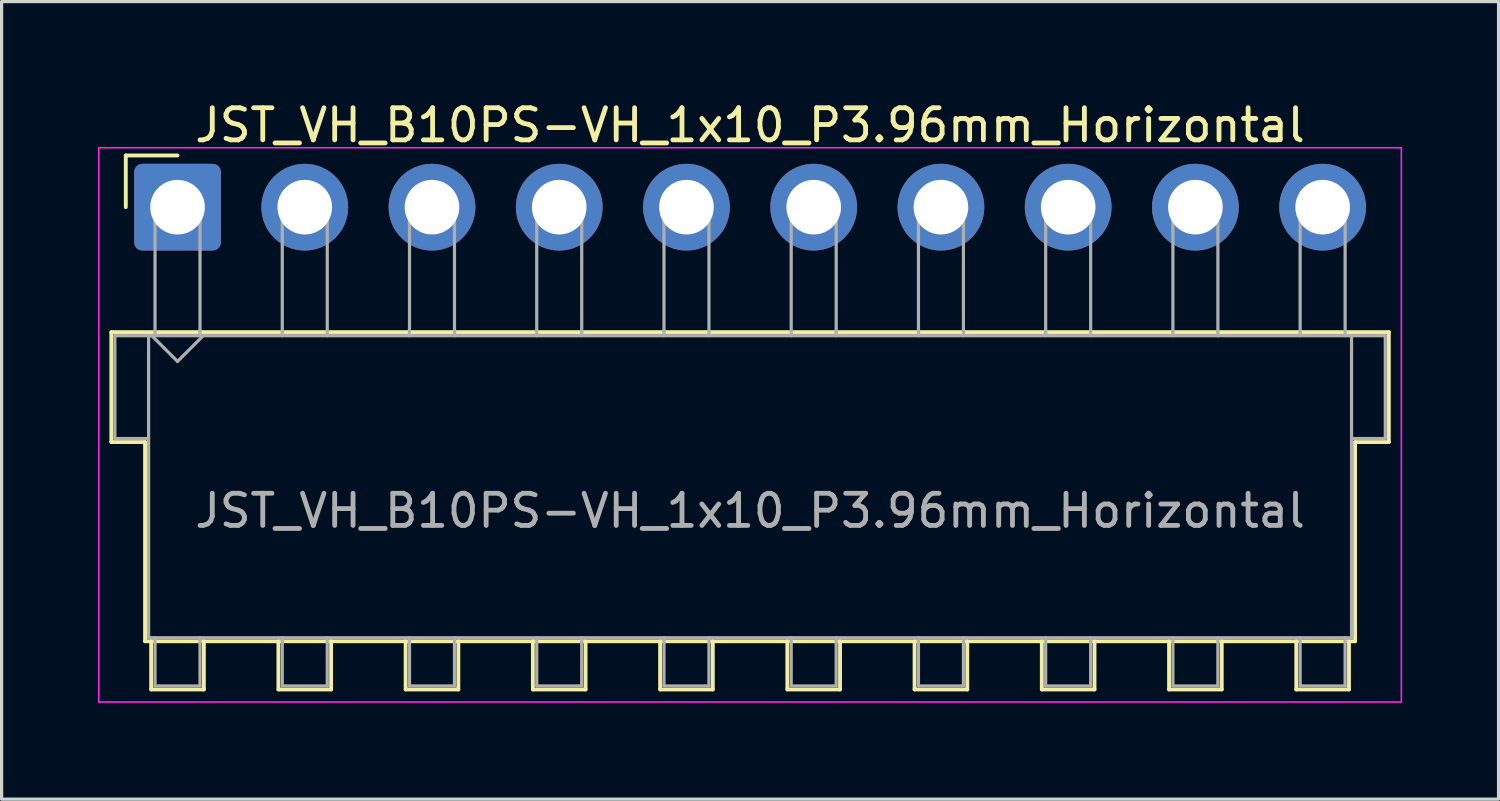
<source format=kicad_pcb>
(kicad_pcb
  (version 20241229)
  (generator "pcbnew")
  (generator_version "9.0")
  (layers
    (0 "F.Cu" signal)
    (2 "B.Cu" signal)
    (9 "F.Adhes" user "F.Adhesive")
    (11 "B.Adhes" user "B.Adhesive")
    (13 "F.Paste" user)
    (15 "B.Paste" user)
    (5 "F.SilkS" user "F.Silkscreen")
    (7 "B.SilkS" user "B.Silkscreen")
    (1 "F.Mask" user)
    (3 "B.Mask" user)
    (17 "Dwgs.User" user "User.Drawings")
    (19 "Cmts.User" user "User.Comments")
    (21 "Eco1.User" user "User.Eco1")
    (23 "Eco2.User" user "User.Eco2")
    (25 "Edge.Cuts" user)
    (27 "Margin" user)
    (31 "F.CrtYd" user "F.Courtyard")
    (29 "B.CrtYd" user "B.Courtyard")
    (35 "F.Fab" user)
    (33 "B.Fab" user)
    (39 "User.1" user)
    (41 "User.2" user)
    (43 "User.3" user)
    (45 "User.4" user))
  (footprint "JST_VH_B10PS-VH_1x10_P3.96mm_Horizontal"
    (layer "F.Cu")
    (at 2.475 3.398)
    (property "Reference" "JST_VH_B10PS-VH_1x10_P3.96mm_Horizontal" (at 17.82 -2.55 0) (layer "F.SilkS") (effects (font (size 1 1) (thickness 0.15))))
    (attr through_hole)
    (fp_line (start -2.06 3.89) (end 37.7 3.89) (stroke (width 0.12) (type solid)) (layer "F.SilkS"))
    (fp_line (start -2.06 7.31) (end -2.06 3.89) (stroke (width 0.12) (type solid)) (layer "F.SilkS"))
    (fp_line (start -1.61 -1.61) (end -1.61 0) (stroke (width 0.12) (type solid)) (layer "F.SilkS"))
    (fp_line (start -1.01 7.31) (end -2.06 7.31) (stroke (width 0.12) (type solid)) (layer "F.SilkS"))
    (fp_line (start -1.01 13.51) (end -1.01 7.31) (stroke (width 0.12) (type solid)) (layer "F.SilkS"))
    (fp_line (start -0.82 13.51) (end -0.82 15.01) (stroke (width 0.12) (type solid)) (layer "F.SilkS"))
    (fp_line (start -0.82 15.01) (end 0.82 15.01) (stroke (width 0.12) (type solid)) (layer "F.SilkS"))
    (fp_line (start 0 -1.61) (end -1.61 -1.61) (stroke (width 0.12) (type solid)) (layer "F.SilkS"))
    (fp_line (start 0.82 15.01) (end 0.82 13.51) (stroke (width 0.12) (type solid)) (layer "F.SilkS"))
    (fp_line (start 3.14 13.51) (end 3.14 15.01) (stroke (width 0.12) (type solid)) (layer "F.SilkS"))
    (fp_line (start 3.14 15.01) (end 4.78 15.01) (stroke (width 0.12) (type solid)) (layer "F.SilkS"))
    (fp_line (start 4.78 15.01) (end 4.78 13.51) (stroke (width 0.12) (type solid)) (layer "F.SilkS"))
    (fp_line (start 7.1 13.51) (end 7.1 15.01) (stroke (width 0.12) (type solid)) (layer "F.SilkS"))
    (fp_line (start 7.1 15.01) (end 8.74 15.01) (stroke (width 0.12) (type solid)) (layer "F.SilkS"))
    (fp_line (start 8.74 15.01) (end 8.74 13.51) (stroke (width 0.12) (type solid)) (layer "F.SilkS"))
    (fp_line (start 11.06 13.51) (end 11.06 15.01) (stroke (width 0.12) (type solid)) (layer "F.SilkS"))
    (fp_line (start 11.06 15.01) (end 12.7 15.01) (stroke (width 0.12) (type solid)) (layer "F.SilkS"))
    (fp_line (start 12.7 15.01) (end 12.7 13.51) (stroke (width 0.12) (type solid)) (layer "F.SilkS"))
    (fp_line (start 15.02 13.51) (end 15.02 15.01) (stroke (width 0.12) (type solid)) (layer "F.SilkS"))
    (fp_line (start 15.02 15.01) (end 16.66 15.01) (stroke (width 0.12) (type solid)) (layer "F.SilkS"))
    (fp_line (start 16.66 15.01) (end 16.66 13.51) (stroke (width 0.12) (type solid)) (layer "F.SilkS"))
    (fp_line (start 18.98 13.51) (end 18.98 15.01) (stroke (width 0.12) (type solid)) (layer "F.SilkS"))
    (fp_line (start 18.98 15.01) (end 20.62 15.01) (stroke (width 0.12) (type solid)) (layer "F.SilkS"))
    (fp_line (start 20.62 15.01) (end 20.62 13.51) (stroke (width 0.12) (type solid)) (layer "F.SilkS"))
    (fp_line (start 22.94 13.51) (end 22.94 15.01) (stroke (width 0.12) (type solid)) (layer "F.SilkS"))
    (fp_line (start 22.94 15.01) (end 24.58 15.01) (stroke (width 0.12) (type solid)) (layer "F.SilkS"))
    (fp_line (start 24.58 15.01) (end 24.58 13.51) (stroke (width 0.12) (type solid)) (layer "F.SilkS"))
    (fp_line (start 26.9 13.51) (end 26.9 15.01) (stroke (width 0.12) (type solid)) (layer "F.SilkS"))
    (fp_line (start 26.9 15.01) (end 28.54 15.01) (stroke (width 0.12) (type solid)) (layer "F.SilkS"))
    (fp_line (start 28.54 15.01) (end 28.54 13.51) (stroke (width 0.12) (type solid)) (layer "F.SilkS"))
    (fp_line (start 30.86 13.51) (end 30.86 15.01) (stroke (width 0.12) (type solid)) (layer "F.SilkS"))
    (fp_line (start 30.86 15.01) (end 32.5 15.01) (stroke (width 0.12) (type solid)) (layer "F.SilkS"))
    (fp_line (start 32.5 15.01) (end 32.5 13.51) (stroke (width 0.12) (type solid)) (layer "F.SilkS"))
    (fp_line (start 34.82 13.51) (end 34.82 15.01) (stroke (width 0.12) (type solid)) (layer "F.SilkS"))
    (fp_line (start 34.82 15.01) (end 36.46 15.01) (stroke (width 0.12) (type solid)) (layer "F.SilkS"))
    (fp_line (start 36.46 15.01) (end 36.46 13.51) (stroke (width 0.12) (type solid)) (layer "F.SilkS"))
    (fp_line (start 36.65 7.31) (end 36.65 13.51) (stroke (width 0.12) (type solid)) (layer "F.SilkS"))
    (fp_line (start 36.65 13.51) (end -1.01 13.51) (stroke (width 0.12) (type solid)) (layer "F.SilkS"))
    (fp_line (start 37.7 3.89) (end 37.7 7.31) (stroke (width 0.12) (type solid)) (layer "F.SilkS"))
    (fp_line (start 37.7 7.31) (end 36.65 7.31) (stroke (width 0.12) (type solid)) (layer "F.SilkS"))
    (fp_line (start -2.45 -1.85) (end -2.45 15.4) (stroke (width 0.05) (type solid)) (layer "F.CrtYd"))
    (fp_line (start -2.45 15.4) (end 38.09 15.4) (stroke (width 0.05) (type solid)) (layer "F.CrtYd"))
    (fp_line (start 38.09 -1.85) (end -2.45 -1.85) (stroke (width 0.05) (type solid)) (layer "F.CrtYd"))
    (fp_line (start 38.09 15.4) (end 38.09 -1.85) (stroke (width 0.05) (type solid)) (layer "F.CrtYd"))
    (fp_line (start -1.95 4) (end -0.9 4) (stroke (width 0.1) (type solid)) (layer "F.Fab"))
    (fp_line (start -1.95 7.2) (end -1.95 4) (stroke (width 0.1) (type solid)) (layer "F.Fab"))
    (fp_line (start -0.9 4) (end -0.9 13.4) (stroke (width 0.1) (type solid)) (layer "F.Fab"))
    (fp_line (start -0.9 7.2) (end -1.95 7.2) (stroke (width 0.1) (type solid)) (layer "F.Fab"))
    (fp_line (start -0.9 13.4) (end 36.54 13.4) (stroke (width 0.1) (type solid)) (layer "F.Fab"))
    (fp_line (start -0.8 4) (end 0 4.8) (stroke (width 0.1) (type solid)) (layer "F.Fab"))
    (fp_line (start -0.7 0) (end 0.7 0) (stroke (width 0.1) (type solid)) (layer "F.Fab"))
    (fp_line (start -0.7 4) (end -0.7 0) (stroke (width 0.1) (type solid)) (layer "F.Fab"))
    (fp_line (start -0.7 13.4) (end -0.7 14.9) (stroke (width 0.1) (type solid)) (layer "F.Fab"))
    (fp_line (start -0.7 14.9) (end 0.7 14.9) (stroke (width 0.1) (type solid)) (layer "F.Fab"))
    (fp_line (start 0 4.8) (end 0.8 4) (stroke (width 0.1) (type solid)) (layer "F.Fab"))
    (fp_line (start 0.7 0) (end 0.7 4) (stroke (width 0.1) (type solid)) (layer "F.Fab"))
    (fp_line (start 0.7 14.9) (end 0.7 13.4) (stroke (width 0.1) (type solid)) (layer "F.Fab"))
    (fp_line (start 3.26 0) (end 4.66 0) (stroke (width 0.1) (type solid)) (layer "F.Fab"))
    (fp_line (start 3.26 4) (end 3.26 0) (stroke (width 0.1) (type solid)) (layer "F.Fab"))
    (fp_line (start 3.26 13.4) (end 3.26 14.9) (stroke (width 0.1) (type solid)) (layer "F.Fab"))
    (fp_line (start 3.26 14.9) (end 4.66 14.9) (stroke (width 0.1) (type solid)) (layer "F.Fab"))
    (fp_line (start 4.66 0) (end 4.66 4) (stroke (width 0.1) (type solid)) (layer "F.Fab"))
    (fp_line (start 4.66 14.9) (end 4.66 13.4) (stroke (width 0.1) (type solid)) (layer "F.Fab"))
    (fp_line (start 7.22 0) (end 8.62 0) (stroke (width 0.1) (type solid)) (layer "F.Fab"))
    (fp_line (start 7.22 4) (end 7.22 0) (stroke (width 0.1) (type solid)) (layer "F.Fab"))
    (fp_line (start 7.22 13.4) (end 7.22 14.9) (stroke (width 0.1) (type solid)) (layer "F.Fab"))
    (fp_line (start 7.22 14.9) (end 8.62 14.9) (stroke (width 0.1) (type solid)) (layer "F.Fab"))
    (fp_line (start 8.62 0) (end 8.62 4) (stroke (width 0.1) (type solid)) (layer "F.Fab"))
    (fp_line (start 8.62 14.9) (end 8.62 13.4) (stroke (width 0.1) (type solid)) (layer "F.Fab"))
    (fp_line (start 11.18 0) (end 12.58 0) (stroke (width 0.1) (type solid)) (layer "F.Fab"))
    (fp_line (start 11.18 4) (end 11.18 0) (stroke (width 0.1) (type solid)) (layer "F.Fab"))
    (fp_line (start 11.18 13.4) (end 11.18 14.9) (stroke (width 0.1) (type solid)) (layer "F.Fab"))
    (fp_line (start 11.18 14.9) (end 12.58 14.9) (stroke (width 0.1) (type solid)) (layer "F.Fab"))
    (fp_line (start 12.58 0) (end 12.58 4) (stroke (width 0.1) (type solid)) (layer "F.Fab"))
    (fp_line (start 12.58 14.9) (end 12.58 13.4) (stroke (width 0.1) (type solid)) (layer "F.Fab"))
    (fp_line (start 15.14 0) (end 16.54 0) (stroke (width 0.1) (type solid)) (layer "F.Fab"))
    (fp_line (start 15.14 4) (end 15.14 0) (stroke (width 0.1) (type solid)) (layer "F.Fab"))
    (fp_line (start 15.14 13.4) (end 15.14 14.9) (stroke (width 0.1) (type solid)) (layer "F.Fab"))
    (fp_line (start 15.14 14.9) (end 16.54 14.9) (stroke (width 0.1) (type solid)) (layer "F.Fab"))
    (fp_line (start 16.54 0) (end 16.54 4) (stroke (width 0.1) (type solid)) (layer "F.Fab"))
    (fp_line (start 16.54 14.9) (end 16.54 13.4) (stroke (width 0.1) (type solid)) (layer "F.Fab"))
    (fp_line (start 19.1 0) (end 20.5 0) (stroke (width 0.1) (type solid)) (layer "F.Fab"))
    (fp_line (start 19.1 4) (end 19.1 0) (stroke (width 0.1) (type solid)) (layer "F.Fab"))
    (fp_line (start 19.1 13.4) (end 19.1 14.9) (stroke (width 0.1) (type solid)) (layer "F.Fab"))
    (fp_line (start 19.1 14.9) (end 20.5 14.9) (stroke (width 0.1) (type solid)) (layer "F.Fab"))
    (fp_line (start 20.5 0) (end 20.5 4) (stroke (width 0.1) (type solid)) (layer "F.Fab"))
    (fp_line (start 20.5 14.9) (end 20.5 13.4) (stroke (width 0.1) (type solid)) (layer "F.Fab"))
    (fp_line (start 23.06 0) (end 24.46 0) (stroke (width 0.1) (type solid)) (layer "F.Fab"))
    (fp_line (start 23.06 4) (end 23.06 0) (stroke (width 0.1) (type solid)) (layer "F.Fab"))
    (fp_line (start 23.06 13.4) (end 23.06 14.9) (stroke (width 0.1) (type solid)) (layer "F.Fab"))
    (fp_line (start 23.06 14.9) (end 24.46 14.9) (stroke (width 0.1) (type solid)) (layer "F.Fab"))
    (fp_line (start 24.46 0) (end 24.46 4) (stroke (width 0.1) (type solid)) (layer "F.Fab"))
    (fp_line (start 24.46 14.9) (end 24.46 13.4) (stroke (width 0.1) (type solid)) (layer "F.Fab"))
    (fp_line (start 27.02 0) (end 28.42 0) (stroke (width 0.1) (type solid)) (layer "F.Fab"))
    (fp_line (start 27.02 4) (end 27.02 0) (stroke (width 0.1) (type solid)) (layer "F.Fab"))
    (fp_line (start 27.02 13.4) (end 27.02 14.9) (stroke (width 0.1) (type solid)) (layer "F.Fab"))
    (fp_line (start 27.02 14.9) (end 28.42 14.9) (stroke (width 0.1) (type solid)) (layer "F.Fab"))
    (fp_line (start 28.42 0) (end 28.42 4) (stroke (width 0.1) (type solid)) (layer "F.Fab"))
    (fp_line (start 28.42 14.9) (end 28.42 13.4) (stroke (width 0.1) (type solid)) (layer "F.Fab"))
    (fp_line (start 30.98 0) (end 32.38 0) (stroke (width 0.1) (type solid)) (layer "F.Fab"))
    (fp_line (start 30.98 4) (end 30.98 0) (stroke (width 0.1) (type solid)) (layer "F.Fab"))
    (fp_line (start 30.98 13.4) (end 30.98 14.9) (stroke (width 0.1) (type solid)) (layer "F.Fab"))
    (fp_line (start 30.98 14.9) (end 32.38 14.9) (stroke (width 0.1) (type solid)) (layer "F.Fab"))
    (fp_line (start 32.38 0) (end 32.38 4) (stroke (width 0.1) (type solid)) (layer "F.Fab"))
    (fp_line (start 32.38 14.9) (end 32.38 13.4) (stroke (width 0.1) (type solid)) (layer "F.Fab"))
    (fp_line (start 34.94 0) (end 36.34 0) (stroke (width 0.1) (type solid)) (layer "F.Fab"))
    (fp_line (start 34.94 4) (end 34.94 0) (stroke (width 0.1) (type solid)) (layer "F.Fab"))
    (fp_line (start 34.94 13.4) (end 34.94 14.9) (stroke (width 0.1) (type solid)) (layer "F.Fab"))
    (fp_line (start 34.94 14.9) (end 36.34 14.9) (stroke (width 0.1) (type solid)) (layer "F.Fab"))
    (fp_line (start 36.34 0) (end 36.34 4) (stroke (width 0.1) (type solid)) (layer "F.Fab"))
    (fp_line (start 36.34 14.9) (end 36.34 13.4) (stroke (width 0.1) (type solid)) (layer "F.Fab"))
    (fp_line (start 36.54 4) (end -0.9 4) (stroke (width 0.1) (type solid)) (layer "F.Fab"))
    (fp_line (start 36.54 4) (end 37.59 4) (stroke (width 0.1) (type solid)) (layer "F.Fab"))
    (fp_line (start 36.54 13.4) (end 36.54 4) (stroke (width 0.1) (type solid)) (layer "F.Fab"))
    (fp_line (start 37.59 4) (end 37.59 7.2) (stroke (width 0.1) (type solid)) (layer "F.Fab"))
    (fp_line (start 37.59 7.2) (end 36.54 7.2) (stroke (width 0.1) (type solid)) (layer "F.Fab"))
    (fp_text user "${REFERENCE}" (at 17.82 9.45 0) (layer "F.Fab") (effects (font (size 1 1) (thickness 0.15))))
    (pad "1" thru_hole roundrect (at 0 0) (size 2.7 2.7) (drill 1.7) (layers "*.Cu" "*.Mask") (roundrect_rratio 0.093))
    (pad "2" thru_hole circle (at 3.96 0) (size 2.7 2.7) (drill 1.7) (layers "*.Cu" "*.Mask"))
    (pad "3" thru_hole circle (at 7.92 0) (size 2.7 2.7) (drill 1.7) (layers "*.Cu" "*.Mask"))
    (pad "4" thru_hole circle (at 11.88 0) (size 2.7 2.7) (drill 1.7) (layers "*.Cu" "*.Mask"))
    (pad "5" thru_hole circle (at 15.84 0) (size 2.7 2.7) (drill 1.7) (layers "*.Cu" "*.Mask"))
    (pad "6" thru_hole circle (at 19.8 0) (size 2.7 2.7) (drill 1.7) (layers "*.Cu" "*.Mask"))
    (pad "7" thru_hole circle (at 23.76 0) (size 2.7 2.7) (drill 1.7) (layers "*.Cu" "*.Mask"))
    (pad "8" thru_hole circle (at 27.72 0) (size 2.7 2.7) (drill 1.7) (layers "*.Cu" "*.Mask"))
    (pad "9" thru_hole circle (at 31.68 0) (size 2.7 2.7) (drill 1.7) (layers "*.Cu" "*.Mask"))
    (pad "10" thru_hole circle (at 35.64 0) (size 2.7 2.7) (drill 1.7) (layers "*.Cu" "*.Mask")))
  (gr_rect
    (start -3 -3)
    (end 43.59 21.823)
    (stroke (width 0.1) (type default))
    (fill no)
    (layer "Edge.Cuts")))
</source>
